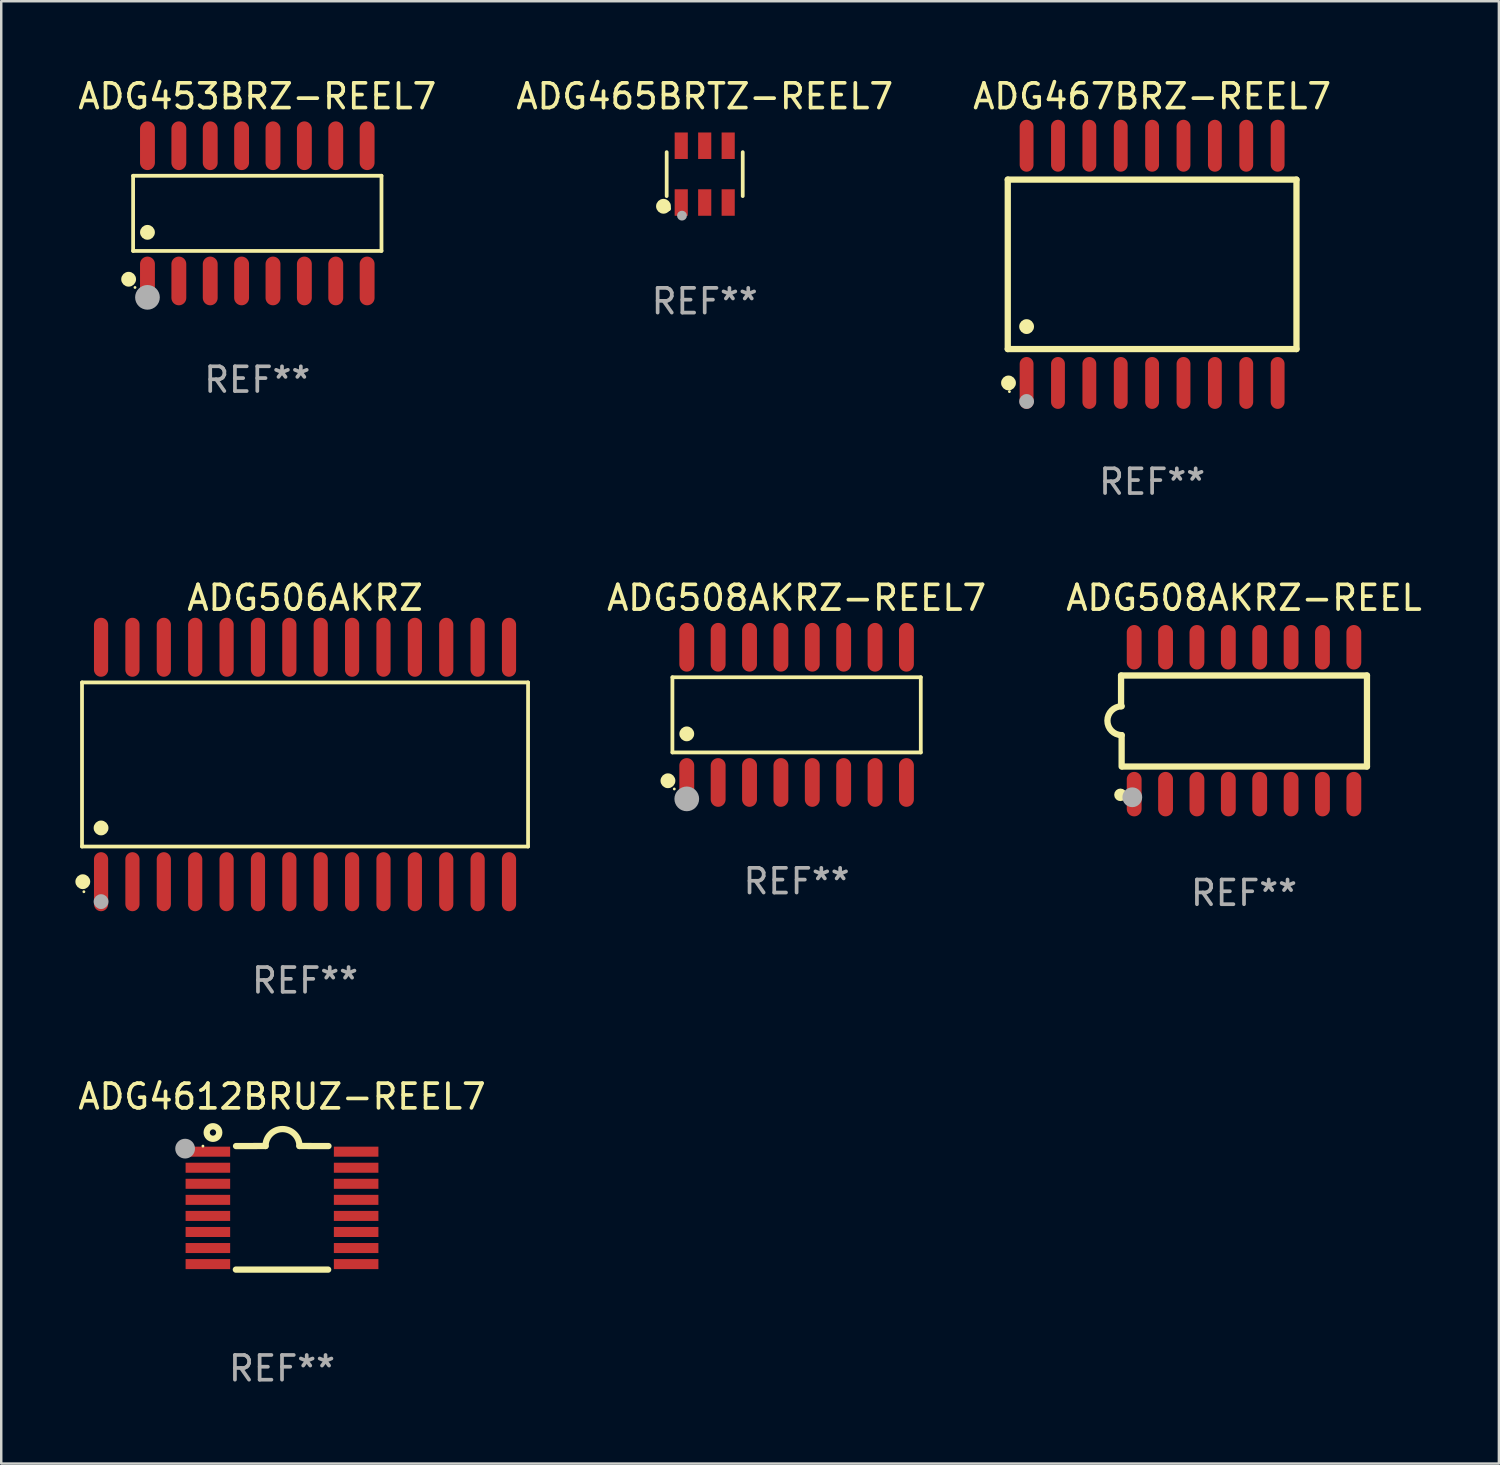
<source format=kicad_pcb>
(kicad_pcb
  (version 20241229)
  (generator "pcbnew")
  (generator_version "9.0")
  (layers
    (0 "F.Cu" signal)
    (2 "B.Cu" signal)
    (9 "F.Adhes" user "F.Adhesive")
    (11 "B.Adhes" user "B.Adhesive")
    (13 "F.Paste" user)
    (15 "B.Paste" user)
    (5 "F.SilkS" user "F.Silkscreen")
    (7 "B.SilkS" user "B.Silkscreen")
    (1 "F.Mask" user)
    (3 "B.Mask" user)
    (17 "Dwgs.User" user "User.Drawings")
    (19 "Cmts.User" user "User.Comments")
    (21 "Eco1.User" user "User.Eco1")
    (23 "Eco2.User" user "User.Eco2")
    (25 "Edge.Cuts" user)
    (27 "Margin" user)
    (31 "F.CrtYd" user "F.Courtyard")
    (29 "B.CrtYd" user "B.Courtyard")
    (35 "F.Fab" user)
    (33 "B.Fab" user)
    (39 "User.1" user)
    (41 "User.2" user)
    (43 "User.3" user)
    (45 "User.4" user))
  (footprint "ADG4612BRUZ-REEL7"
    (layer "F.Cu")
    (at 8.363 45.831)
    (property "Reference" "ADG4612BRUZ-REEL7" (at 0 -4.501 0) (layer "F.SilkS") (effects (font (size 1 1) (thickness 0.15))))
    (attr through_hole)
    (fp_line (start -1.868 2.501) (end 1.868 2.501) (stroke (width 0.254) (type solid)) (layer "F.SilkS"))
    (fp_line (start -1.86 -2.499) (end -0.666 -2.501) (stroke (width 0.254) (type solid)) (layer "F.SilkS"))
    (fp_line (start 0.706 -2.501) (end 1.88 -2.499) (stroke (width 0.254) (type solid)) (layer "F.SilkS"))
    (fp_arc (start -0.665914 -2.501448) (mid 0.019888 -3.18725) (end 0.70569 -2.501448) (stroke (width 0.254001) (type solid)) (layer "F.SilkS"))
    (fp_circle (center -3.2 -2.497) (end -3.17 -2.497) (stroke (width 0.06) (type solid)) (fill no) (layer "F.SilkS"))
    (fp_circle (center -2.794 -3.047) (end -2.54 -3.047) (stroke (width 0.254) (type solid)) (fill no) (layer "F.SilkS"))
    (fp_circle (center -3.921 -2.395) (end -3.721 -2.395) (stroke (width 0.4) (type solid)) (fill no) (layer "F.Fab"))
    (fp_text user "REF**" (at 0 6.501 0) (layer "F.Fab") (effects (font (size 1 1) (thickness 0.15))))
    (pad "1" smd rect (at -3 -2.272) (size 1.803 0.406) (layers "F.Cu" "F.Mask" "F.Paste"))
    (pad "2" smd rect (at -3 -1.622) (size 1.803 0.406) (layers "F.Cu" "F.Mask" "F.Paste"))
    (pad "3" smd rect (at -3 -0.972) (size 1.803 0.406) (layers "F.Cu" "F.Mask" "F.Paste"))
    (pad "4" smd rect (at -3 -0.322) (size 1.803 0.406) (layers "F.Cu" "F.Mask" "F.Paste"))
    (pad "5" smd rect (at -3 0.328) (size 1.803 0.406) (layers "F.Cu" "F.Mask" "F.Paste"))
    (pad "6" smd rect (at -3 0.978) (size 1.803 0.406) (layers "F.Cu" "F.Mask" "F.Paste"))
    (pad "7" smd rect (at -3 1.628) (size 1.803 0.406) (layers "F.Cu" "F.Mask" "F.Paste"))
    (pad "8" smd rect (at -3 2.278) (size 1.803 0.406) (layers "F.Cu" "F.Mask" "F.Paste"))
    (pad "9" smd rect (at 3 2.278) (size 1.803 0.406) (layers "F.Cu" "F.Mask" "F.Paste"))
    (pad "10" smd rect (at 3 1.628) (size 1.803 0.406) (layers "F.Cu" "F.Mask" "F.Paste"))
    (pad "11" smd rect (at 3 0.978) (size 1.803 0.406) (layers "F.Cu" "F.Mask" "F.Paste"))
    (pad "12" smd rect (at 3 0.328) (size 1.803 0.406) (layers "F.Cu" "F.Mask" "F.Paste"))
    (pad "13" smd rect (at 3 -0.322) (size 1.803 0.406) (layers "F.Cu" "F.Mask" "F.Paste"))
    (pad "14" smd rect (at 3 -0.972) (size 1.803 0.406) (layers "F.Cu" "F.Mask" "F.Paste"))
    (pad "15" smd rect (at 3 -1.622) (size 1.803 0.406) (layers "F.Cu" "F.Mask" "F.Paste"))
    (pad "16" smd rect (at 3 -2.272) (size 1.803 0.406) (layers "F.Cu" "F.Mask" "F.Paste")))
  (footprint "ADG467BRZ-REEL7"
    (layer "F.Cu")
    (at 43.577 7.648)
    (property "Reference" "ADG467BRZ-REEL7" (at 0 -6.8 0) (layer "F.SilkS") (effects (font (size 1 1) (thickness 0.15))))
    (attr through_hole)
    (fp_line (start -5.842 -3.429) (end -5.842 3.429) (stroke (width 0.254) (type solid)) (layer "F.SilkS"))
    (fp_line (start -5.842 3.429) (end 5.842 3.429) (stroke (width 0.254) (type solid)) (layer "F.SilkS"))
    (fp_line (start 5.842 -3.429) (end -5.842 -3.429) (stroke (width 0.254) (type solid)) (layer "F.SilkS"))
    (fp_line (start 5.842 3.429) (end 5.842 -3.429) (stroke (width 0.254) (type solid)) (layer "F.SilkS"))
    (fp_circle (center -5.812 4.8) (end -5.662 4.8) (stroke (width 0.3) (type solid)) (fill no) (layer "F.SilkS"))
    (fp_circle (center -5.775 5.15) (end -5.745 5.15) (stroke (width 0.06) (type solid)) (fill no) (layer "F.SilkS"))
    (fp_circle (center -5.08 2.519) (end -4.93 2.519) (stroke (width 0.3) (type solid)) (fill no) (layer "F.SilkS"))
    (fp_circle (center -5.08 5.55) (end -4.93 5.55) (stroke (width 0.3) (type solid)) (fill no) (layer "F.Fab"))
    (fp_text user "REF**" (at 0 8.8 0) (layer "F.Fab") (effects (font (size 1 1) (thickness 0.15))))
    (pad "1" smd oval (at -5.08 4.8) (size 0.56 2.1) (layers "F.Cu" "F.Mask" "F.Paste"))
    (pad "2" smd oval (at -3.81 4.8) (size 0.56 2.1) (layers "F.Cu" "F.Mask" "F.Paste"))
    (pad "3" smd oval (at -2.54 4.8) (size 0.56 2.1) (layers "F.Cu" "F.Mask" "F.Paste"))
    (pad "4" smd oval (at -1.27 4.8) (size 0.56 2.1) (layers "F.Cu" "F.Mask" "F.Paste"))
    (pad "5" smd oval (at 0 4.8) (size 0.56 2.1) (layers "F.Cu" "F.Mask" "F.Paste"))
    (pad "6" smd oval (at 1.27 4.8) (size 0.56 2.1) (layers "F.Cu" "F.Mask" "F.Paste"))
    (pad "7" smd oval (at 2.54 4.8) (size 0.56 2.1) (layers "F.Cu" "F.Mask" "F.Paste"))
    (pad "8" smd oval (at 3.81 4.8) (size 0.56 2.1) (layers "F.Cu" "F.Mask" "F.Paste"))
    (pad "9" smd oval (at 5.08 4.8) (size 0.56 2.1) (layers "F.Cu" "F.Mask" "F.Paste"))
    (pad "10" smd oval (at 5.08 -4.8) (size 0.56 2.1) (layers "F.Cu" "F.Mask" "F.Paste"))
    (pad "11" smd oval (at 3.81 -4.8) (size 0.56 2.1) (layers "F.Cu" "F.Mask" "F.Paste"))
    (pad "12" smd oval (at 2.54 -4.8) (size 0.56 2.1) (layers "F.Cu" "F.Mask" "F.Paste"))
    (pad "13" smd oval (at 1.27 -4.8) (size 0.56 2.1) (layers "F.Cu" "F.Mask" "F.Paste"))
    (pad "14" smd oval (at 0 -4.8) (size 0.56 2.1) (layers "F.Cu" "F.Mask" "F.Paste"))
    (pad "15" smd oval (at -1.27 -4.8) (size 0.56 2.1) (layers "F.Cu" "F.Mask" "F.Paste"))
    (pad "16" smd oval (at -2.54 -4.8) (size 0.56 2.1) (layers "F.Cu" "F.Mask" "F.Paste"))
    (pad "17" smd oval (at -3.81 -4.8) (size 0.56 2.1) (layers "F.Cu" "F.Mask" "F.Paste"))
    (pad "18" smd oval (at -5.08 -4.8) (size 0.56 2.1) (layers "F.Cu" "F.Mask" "F.Paste")))
  (footprint "ADG508AKRZ-REEL"
    (layer "F.Cu")
    (at 47.296 26.117)
    (property "Reference" "ADG508AKRZ-REEL" (at 0 -4.972 0) (layer "F.SilkS") (effects (font (size 1 1) (thickness 0.15))))
    (attr through_hole)
    (fp_line (start -4.976 -1.829) (end -4.976 -0.584) (stroke (width 0.254) (type solid)) (layer "F.SilkS"))
    (fp_line (start -4.953 0.584) (end -4.953 1.854) (stroke (width 0.254) (type solid)) (layer "F.SilkS"))
    (fp_line (start -4.928 1.854) (end 4.976 1.854) (stroke (width 0.254) (type solid)) (layer "F.SilkS"))
    (fp_line (start 4.976 -1.829) (end -4.976 -1.829) (stroke (width 0.254) (type solid)) (layer "F.SilkS"))
    (fp_line (start 4.976 1.854) (end 4.976 -1.829) (stroke (width 0.254) (type solid)) (layer "F.SilkS"))
    (fp_arc (start -4.95301 0.584201) (mid -5.533866 -0.00152) (end -4.950088 -0.584329) (stroke (width 0.254001) (type solid)) (layer "F.SilkS"))
    (fp_circle (center -5 3) (end -4.873 3) (stroke (width 0.254) (type solid)) (fill no) (layer "F.SilkS"))
    (fp_circle (center -4.521 3.099) (end -4.321 3.099) (stroke (width 0.4) (type solid)) (fill no) (layer "F.Fab"))
    (fp_text user "REF**" (at 0 6.972 0) (layer "F.Fab") (effects (font (size 1 1) (thickness 0.15))))
    (pad "1" smd oval (at -4.445 2.972 180) (size 0.6 1.8) (layers "F.Cu" "F.Mask" "F.Paste"))
    (pad "2" smd oval (at -3.175 2.972 180) (size 0.6 1.8) (layers "F.Cu" "F.Mask" "F.Paste"))
    (pad "3" smd oval (at -1.905 2.972 180) (size 0.6 1.8) (layers "F.Cu" "F.Mask" "F.Paste"))
    (pad "4" smd oval (at -0.635 2.972 180) (size 0.6 1.8) (layers "F.Cu" "F.Mask" "F.Paste"))
    (pad "5" smd oval (at 0.635 2.972 180) (size 0.6 1.8) (layers "F.Cu" "F.Mask" "F.Paste"))
    (pad "6" smd oval (at 1.905 2.972 180) (size 0.6 1.8) (layers "F.Cu" "F.Mask" "F.Paste"))
    (pad "7" smd oval (at 3.175 2.972 180) (size 0.6 1.8) (layers "F.Cu" "F.Mask" "F.Paste"))
    (pad "8" smd oval (at 4.445 2.972 180) (size 0.6 1.8) (layers "F.Cu" "F.Mask" "F.Paste"))
    (pad "9" smd oval (at 4.445 -2.972 180) (size 0.6 1.8) (layers "F.Cu" "F.Mask" "F.Paste"))
    (pad "10" smd oval (at 3.175 -2.972 180) (size 0.6 1.8) (layers "F.Cu" "F.Mask" "F.Paste"))
    (pad "11" smd oval (at 1.905 -2.972 180) (size 0.6 1.8) (layers "F.Cu" "F.Mask" "F.Paste"))
    (pad "12" smd oval (at 0.635 -2.972 180) (size 0.6 1.8) (layers "F.Cu" "F.Mask" "F.Paste"))
    (pad "13" smd oval (at -0.635 -2.972 180) (size 0.6 1.8) (layers "F.Cu" "F.Mask" "F.Paste"))
    (pad "14" smd oval (at -1.905 -2.972 180) (size 0.6 1.8) (layers "F.Cu" "F.Mask" "F.Paste"))
    (pad "15" smd oval (at -3.175 -2.972 180) (size 0.6 1.8) (layers "F.Cu" "F.Mask" "F.Paste"))
    (pad "16" smd oval (at -4.445 -2.972 180) (size 0.6 1.8) (layers "F.Cu" "F.Mask" "F.Paste")))
  (footprint "ADG453BRZ-REEL7"
    (layer "F.Cu")
    (at 7.363 5.584)
    (property "Reference" "ADG453BRZ-REEL7" (at 0 -4.736 0) (layer "F.SilkS") (effects (font (size 1 1) (thickness 0.15))))
    (attr through_hole)
    (fp_line (start -5.026 -1.521) (end 5.026 -1.521) (stroke (width 0.152) (type solid)) (layer "F.SilkS"))
    (fp_line (start -5.026 1.521) (end -5.026 -1.521) (stroke (width 0.152) (type solid)) (layer "F.SilkS"))
    (fp_line (start 5.026 -1.521) (end 5.026 1.521) (stroke (width 0.152) (type solid)) (layer "F.SilkS"))
    (fp_line (start 5.026 1.521) (end -5.026 1.521) (stroke (width 0.152) (type solid)) (layer "F.SilkS"))
    (fp_circle (center -5.207 2.667) (end -5.057 2.667) (stroke (width 0.3) (type solid)) (fill no) (layer "F.SilkS"))
    (fp_circle (center -4.95 3) (end -4.92 3) (stroke (width 0.06) (type solid)) (fill no) (layer "F.SilkS"))
    (fp_circle (center -4.445 0.769) (end -4.295 0.769) (stroke (width 0.3) (type solid)) (fill no) (layer "F.SilkS"))
    (fp_circle (center -4.445 3.4) (end -4.195 3.4) (stroke (width 0.5) (type solid)) (fill no) (layer "F.Fab"))
    (fp_text user "REF**" (at 0 6.736 0) (layer "F.Fab") (effects (font (size 1 1) (thickness 0.15))))
    (pad "1" smd oval (at -4.445 2.736) (size 0.602 1.971) (layers "F.Cu" "F.Mask" "F.Paste"))
    (pad "2" smd oval (at -3.175 2.736) (size 0.602 1.971) (layers "F.Cu" "F.Mask" "F.Paste"))
    (pad "3" smd oval (at -1.905 2.736) (size 0.602 1.971) (layers "F.Cu" "F.Mask" "F.Paste"))
    (pad "4" smd oval (at -0.635 2.736) (size 0.602 1.971) (layers "F.Cu" "F.Mask" "F.Paste"))
    (pad "5" smd oval (at 0.635 2.736) (size 0.602 1.971) (layers "F.Cu" "F.Mask" "F.Paste"))
    (pad "6" smd oval (at 1.905 2.736) (size 0.602 1.971) (layers "F.Cu" "F.Mask" "F.Paste"))
    (pad "7" smd oval (at 3.175 2.736) (size 0.602 1.971) (layers "F.Cu" "F.Mask" "F.Paste"))
    (pad "8" smd oval (at 4.445 2.736) (size 0.602 1.971) (layers "F.Cu" "F.Mask" "F.Paste"))
    (pad "9" smd oval (at 4.445 -2.736) (size 0.602 1.971) (layers "F.Cu" "F.Mask" "F.Paste"))
    (pad "10" smd oval (at 3.175 -2.736) (size 0.602 1.971) (layers "F.Cu" "F.Mask" "F.Paste"))
    (pad "11" smd oval (at 1.905 -2.736) (size 0.602 1.971) (layers "F.Cu" "F.Mask" "F.Paste"))
    (pad "12" smd oval (at 0.635 -2.736) (size 0.602 1.971) (layers "F.Cu" "F.Mask" "F.Paste"))
    (pad "13" smd oval (at -0.635 -2.736) (size 0.602 1.971) (layers "F.Cu" "F.Mask" "F.Paste"))
    (pad "14" smd oval (at -1.905 -2.736) (size 0.602 1.971) (layers "F.Cu" "F.Mask" "F.Paste"))
    (pad "15" smd oval (at -3.175 -2.736) (size 0.602 1.971) (layers "F.Cu" "F.Mask" "F.Paste"))
    (pad "16" smd oval (at -4.445 -2.736) (size 0.602 1.971) (layers "F.Cu" "F.Mask" "F.Paste")))
  (footprint "ADG508AKRZ-REEL7"
    (layer "F.Cu")
    (at 29.189 25.881)
    (property "Reference" "ADG508AKRZ-REEL7" (at 0 -4.736 0) (layer "F.SilkS") (effects (font (size 1 1) (thickness 0.15))))
    (attr through_hole)
    (fp_line (start -5.026 -1.521) (end 5.026 -1.521) (stroke (width 0.152) (type solid)) (layer "F.SilkS"))
    (fp_line (start -5.026 1.521) (end -5.026 -1.521) (stroke (width 0.152) (type solid)) (layer "F.SilkS"))
    (fp_line (start 5.026 -1.521) (end 5.026 1.521) (stroke (width 0.152) (type solid)) (layer "F.SilkS"))
    (fp_line (start 5.026 1.521) (end -5.026 1.521) (stroke (width 0.152) (type solid)) (layer "F.SilkS"))
    (fp_circle (center -5.207 2.667) (end -5.057 2.667) (stroke (width 0.3) (type solid)) (fill no) (layer "F.SilkS"))
    (fp_circle (center -4.95 3) (end -4.92 3) (stroke (width 0.06) (type solid)) (fill no) (layer "F.SilkS"))
    (fp_circle (center -4.445 0.769) (end -4.295 0.769) (stroke (width 0.3) (type solid)) (fill no) (layer "F.SilkS"))
    (fp_circle (center -4.445 3.4) (end -4.195 3.4) (stroke (width 0.5) (type solid)) (fill no) (layer "F.Fab"))
    (fp_text user "REF**" (at 0 6.736 0) (layer "F.Fab") (effects (font (size 1 1) (thickness 0.15))))
    (pad "1" smd oval (at -4.445 2.736) (size 0.602 1.971) (layers "F.Cu" "F.Mask" "F.Paste"))
    (pad "2" smd oval (at -3.175 2.736) (size 0.602 1.971) (layers "F.Cu" "F.Mask" "F.Paste"))
    (pad "3" smd oval (at -1.905 2.736) (size 0.602 1.971) (layers "F.Cu" "F.Mask" "F.Paste"))
    (pad "4" smd oval (at -0.635 2.736) (size 0.602 1.971) (layers "F.Cu" "F.Mask" "F.Paste"))
    (pad "5" smd oval (at 0.635 2.736) (size 0.602 1.971) (layers "F.Cu" "F.Mask" "F.Paste"))
    (pad "6" smd oval (at 1.905 2.736) (size 0.602 1.971) (layers "F.Cu" "F.Mask" "F.Paste"))
    (pad "7" smd oval (at 3.175 2.736) (size 0.602 1.971) (layers "F.Cu" "F.Mask" "F.Paste"))
    (pad "8" smd oval (at 4.445 2.736) (size 0.602 1.971) (layers "F.Cu" "F.Mask" "F.Paste"))
    (pad "9" smd oval (at 4.445 -2.736) (size 0.602 1.971) (layers "F.Cu" "F.Mask" "F.Paste"))
    (pad "10" smd oval (at 3.175 -2.736) (size 0.602 1.971) (layers "F.Cu" "F.Mask" "F.Paste"))
    (pad "11" smd oval (at 1.905 -2.736) (size 0.602 1.971) (layers "F.Cu" "F.Mask" "F.Paste"))
    (pad "12" smd oval (at 0.635 -2.736) (size 0.602 1.971) (layers "F.Cu" "F.Mask" "F.Paste"))
    (pad "13" smd oval (at -0.635 -2.736) (size 0.602 1.971) (layers "F.Cu" "F.Mask" "F.Paste"))
    (pad "14" smd oval (at -1.905 -2.736) (size 0.602 1.971) (layers "F.Cu" "F.Mask" "F.Paste"))
    (pad "15" smd oval (at -3.175 -2.736) (size 0.602 1.971) (layers "F.Cu" "F.Mask" "F.Paste"))
    (pad "16" smd oval (at -4.445 -2.736) (size 0.602 1.971) (layers "F.Cu" "F.Mask" "F.Paste")))
  (footprint "ADG506AKRZ"
    (layer "F.Cu")
    (at 9.295 27.889)
    (property "Reference" "ADG506AKRZ" (at 0 -6.744 0) (layer "F.SilkS") (effects (font (size 1 1) (thickness 0.15))))
    (attr through_hole)
    (fp_line (start -9.026 -3.321) (end 9.026 -3.321) (stroke (width 0.152) (type solid)) (layer "F.SilkS"))
    (fp_line (start -9.026 3.321) (end -9.026 -3.321) (stroke (width 0.152) (type solid)) (layer "F.SilkS"))
    (fp_line (start 9.026 -3.321) (end 9.026 3.321) (stroke (width 0.152) (type solid)) (layer "F.SilkS"))
    (fp_line (start 9.026 3.321) (end -9.026 3.321) (stroke (width 0.152) (type solid)) (layer "F.SilkS"))
    (fp_circle (center -8.994 4.744) (end -8.844 4.744) (stroke (width 0.3) (type solid)) (fill no) (layer "F.SilkS"))
    (fp_circle (center -8.95 5.15) (end -8.92 5.15) (stroke (width 0.06) (type solid)) (fill no) (layer "F.SilkS"))
    (fp_circle (center -8.255 2.569) (end -8.105 2.569) (stroke (width 0.3) (type solid)) (fill no) (layer "F.SilkS"))
    (fp_circle (center -8.255 5.55) (end -8.105 5.55) (stroke (width 0.3) (type solid)) (fill no) (layer "F.Fab"))
    (fp_text user "REF**" (at 0 8.744 0) (layer "F.Fab") (effects (font (size 1 1) (thickness 0.15))))
    (pad "1" smd oval (at -8.255 4.744) (size 0.574 2.388) (layers "F.Cu" "F.Mask" "F.Paste"))
    (pad "2" smd oval (at -6.985 4.744) (size 0.574 2.388) (layers "F.Cu" "F.Mask" "F.Paste"))
    (pad "3" smd oval (at -5.715 4.744) (size 0.574 2.388) (layers "F.Cu" "F.Mask" "F.Paste"))
    (pad "4" smd oval (at -4.445 4.744) (size 0.574 2.388) (layers "F.Cu" "F.Mask" "F.Paste"))
    (pad "5" smd oval (at -3.175 4.744) (size 0.574 2.388) (layers "F.Cu" "F.Mask" "F.Paste"))
    (pad "6" smd oval (at -1.905 4.744) (size 0.574 2.388) (layers "F.Cu" "F.Mask" "F.Paste"))
    (pad "7" smd oval (at -0.635 4.744) (size 0.574 2.388) (layers "F.Cu" "F.Mask" "F.Paste"))
    (pad "8" smd oval (at 0.635 4.744) (size 0.574 2.388) (layers "F.Cu" "F.Mask" "F.Paste"))
    (pad "9" smd oval (at 1.905 4.744) (size 0.574 2.388) (layers "F.Cu" "F.Mask" "F.Paste"))
    (pad "10" smd oval (at 3.175 4.744) (size 0.574 2.388) (layers "F.Cu" "F.Mask" "F.Paste"))
    (pad "11" smd oval (at 4.445 4.744) (size 0.574 2.388) (layers "F.Cu" "F.Mask" "F.Paste"))
    (pad "12" smd oval (at 5.715 4.744) (size 0.574 2.388) (layers "F.Cu" "F.Mask" "F.Paste"))
    (pad "13" smd oval (at 6.985 4.744) (size 0.574 2.388) (layers "F.Cu" "F.Mask" "F.Paste"))
    (pad "14" smd oval (at 8.255 4.744) (size 0.574 2.388) (layers "F.Cu" "F.Mask" "F.Paste"))
    (pad "15" smd oval (at 8.255 -4.744) (size 0.574 2.388) (layers "F.Cu" "F.Mask" "F.Paste"))
    (pad "16" smd oval (at 6.985 -4.744) (size 0.574 2.388) (layers "F.Cu" "F.Mask" "F.Paste"))
    (pad "17" smd oval (at 5.715 -4.744) (size 0.574 2.388) (layers "F.Cu" "F.Mask" "F.Paste"))
    (pad "18" smd oval (at 4.445 -4.744) (size 0.574 2.388) (layers "F.Cu" "F.Mask" "F.Paste"))
    (pad "19" smd oval (at 3.175 -4.744) (size 0.574 2.388) (layers "F.Cu" "F.Mask" "F.Paste"))
    (pad "20" smd oval (at 1.905 -4.744) (size 0.574 2.388) (layers "F.Cu" "F.Mask" "F.Paste"))
    (pad "21" smd oval (at 0.635 -4.744) (size 0.574 2.388) (layers "F.Cu" "F.Mask" "F.Paste"))
    (pad "22" smd oval (at -0.635 -4.744) (size 0.574 2.388) (layers "F.Cu" "F.Mask" "F.Paste"))
    (pad "23" smd oval (at -1.905 -4.744) (size 0.574 2.388) (layers "F.Cu" "F.Mask" "F.Paste"))
    (pad "24" smd oval (at -3.175 -4.744) (size 0.574 2.388) (layers "F.Cu" "F.Mask" "F.Paste"))
    (pad "25" smd oval (at -4.445 -4.744) (size 0.574 2.388) (layers "F.Cu" "F.Mask" "F.Paste"))
    (pad "26" smd oval (at -5.715 -4.744) (size 0.574 2.388) (layers "F.Cu" "F.Mask" "F.Paste"))
    (pad "27" smd oval (at -6.985 -4.744) (size 0.574 2.388) (layers "F.Cu" "F.Mask" "F.Paste"))
    (pad "28" smd oval (at -8.255 -4.744) (size 0.574 2.388) (layers "F.Cu" "F.Mask" "F.Paste")))
  (footprint "ADG465BRTZ-REEL7"
    (layer "F.Cu")
    (at 25.47 3.997)
    (property "Reference" "ADG465BRTZ-REEL7" (at 0 -3.149 0) (layer "F.SilkS") (effects (font (size 1 1) (thickness 0.15))))
    (attr through_hole)
    (fp_line (start -1.539 0.889) (end -1.539 -0.889) (stroke (width 0.152) (type solid)) (layer "F.SilkS"))
    (fp_line (start 1.539 0.889) (end 1.539 -0.889) (stroke (width 0.152) (type solid)) (layer "F.SilkS"))
    (fp_circle (center -1.668 1.301) (end -1.518 1.301) (stroke (width 0.3) (type solid)) (fill no) (layer "F.SilkS"))
    (fp_circle (center -1.463 1.4) (end -1.413 1.4) (stroke (width 0.1) (type solid)) (fill no) (layer "F.SilkS"))
    (fp_circle (center -0.92 1.68) (end -0.82 1.68) (stroke (width 0.2) (type solid)) (fill no) (layer "F.Fab"))
    (fp_text user "REF**" (at 0 5.149 0) (layer "F.Fab") (effects (font (size 1 1) (thickness 0.15))))
    (pad "1" smd rect (at -0.95 1.149) (size 0.532 1.072) (layers "F.Cu" "F.Mask" "F.Paste"))
    (pad "2" smd rect (at 0 1.149) (size 0.532 1.072) (layers "F.Cu" "F.Mask" "F.Paste"))
    (pad "3" smd rect (at 0.95 1.149) (size 0.532 1.072) (layers "F.Cu" "F.Mask" "F.Paste"))
    (pad "4" smd rect (at 0.95 -1.149) (size 0.532 1.072) (layers "F.Cu" "F.Mask" "F.Paste"))
    (pad "5" smd rect (at 0 -1.149) (size 0.532 1.072) (layers "F.Cu" "F.Mask" "F.Paste"))
    (pad "6" smd rect (at -0.95 -1.149) (size 0.532 1.072) (layers "F.Cu" "F.Mask" "F.Paste")))
  (gr_rect
    (start -3 -3)
    (end 57.611 56.181)
    (stroke (width 0.1) (type default))
    (fill no)
    (layer "Edge.Cuts")))
</source>
